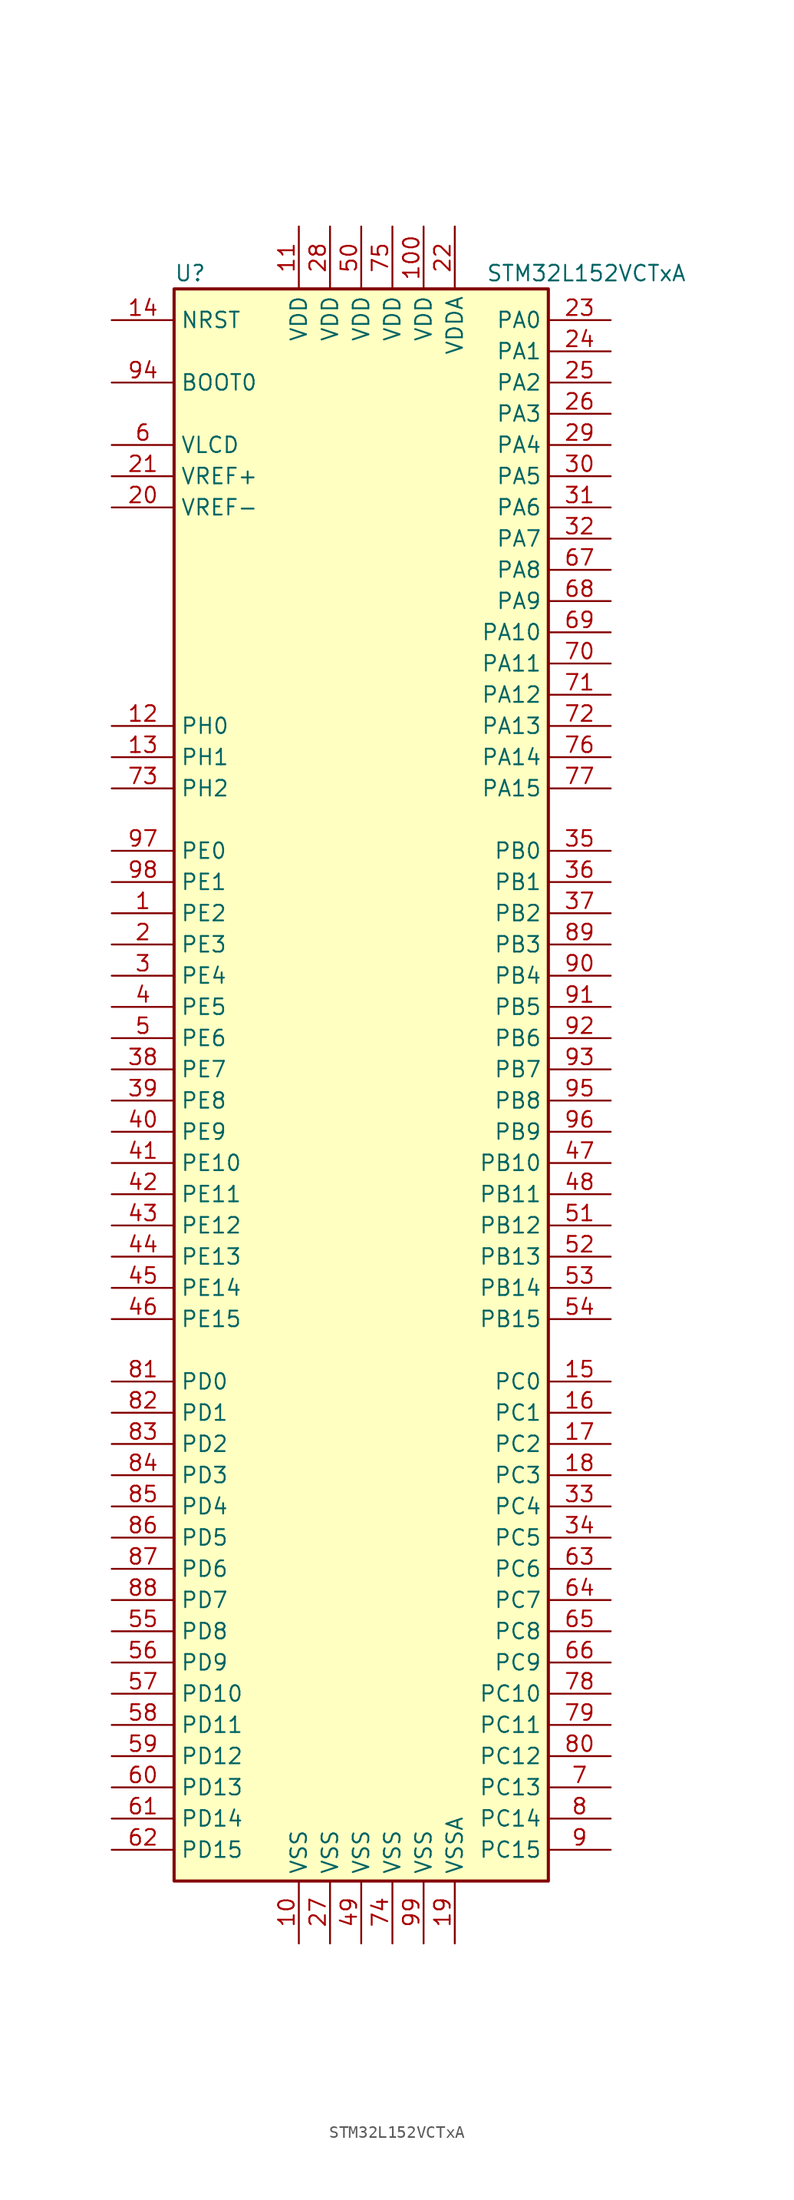
<source format=kicad_sym>
(kicad_symbol_lib
  (version 20201005)
  (generator kicad_symbol_editor)
  (symbol "STM32L152VCTxA"
    (property "Reference" "U"
      (at -15.24 64.77 0)
      (effects (font (size 1.27 1.27)) (justify left)))
    (property "Value" "STM32L152VCTxA"
      (at 10.16 64.77 0)
      (effects (font (size 1.27 1.27)) (justify left)))
    (symbol "STM32L152VCTxA_0_1"
      (rectangle (start -15.24 -66.04) (end 15.24 63.5) (stroke (width 0.254)) (fill (type background))))
    (symbol "STM32L152VCTxA_1_1"
      (pin input line (at -20.32 55.88 0) (length 5.08) (name "BOOT0" (effects (font (size 1.27 1.27)))) (number "94" (effects (font (size 1.27 1.27)))))
      (pin input line (at -20.32 60.96 0) (length 5.08) (name "NRST" (effects (font (size 1.27 1.27)))) (number "14" (effects (font (size 1.27 1.27)))))
      (pin bidirectional line (at 20.32 60.96 180) (length 5.08) (name "PA0" (effects (font (size 1.27 1.27)))) (number "23" (effects (font (size 1.27 1.27)))))
      (pin bidirectional line (at 20.32 58.42 180) (length 5.08) (name "PA1" (effects (font (size 1.27 1.27)))) (number "24" (effects (font (size 1.27 1.27)))))
      (pin bidirectional line (at 20.32 35.56 180) (length 5.08) (name "PA10" (effects (font (size 1.27 1.27)))) (number "69" (effects (font (size 1.27 1.27)))))
      (pin bidirectional line (at 20.32 33.02 180) (length 5.08) (name "PA11" (effects (font (size 1.27 1.27)))) (number "70" (effects (font (size 1.27 1.27)))))
      (pin bidirectional line (at 20.32 30.48 180) (length 5.08) (name "PA12" (effects (font (size 1.27 1.27)))) (number "71" (effects (font (size 1.27 1.27)))))
      (pin bidirectional line (at 20.32 27.94 180) (length 5.08) (name "PA13" (effects (font (size 1.27 1.27)))) (number "72" (effects (font (size 1.27 1.27)))))
      (pin bidirectional line (at 20.32 25.4 180) (length 5.08) (name "PA14" (effects (font (size 1.27 1.27)))) (number "76" (effects (font (size 1.27 1.27)))))
      (pin bidirectional line (at 20.32 22.86 180) (length 5.08) (name "PA15" (effects (font (size 1.27 1.27)))) (number "77" (effects (font (size 1.27 1.27)))))
      (pin bidirectional line (at 20.32 55.88 180) (length 5.08) (name "PA2" (effects (font (size 1.27 1.27)))) (number "25" (effects (font (size 1.27 1.27)))))
      (pin bidirectional line (at 20.32 53.34 180) (length 5.08) (name "PA3" (effects (font (size 1.27 1.27)))) (number "26" (effects (font (size 1.27 1.27)))))
      (pin bidirectional line (at 20.32 50.8 180) (length 5.08) (name "PA4" (effects (font (size 1.27 1.27)))) (number "29" (effects (font (size 1.27 1.27)))))
      (pin bidirectional line (at 20.32 48.26 180) (length 5.08) (name "PA5" (effects (font (size 1.27 1.27)))) (number "30" (effects (font (size 1.27 1.27)))))
      (pin bidirectional line (at 20.32 45.72 180) (length 5.08) (name "PA6" (effects (font (size 1.27 1.27)))) (number "31" (effects (font (size 1.27 1.27)))))
      (pin bidirectional line (at 20.32 43.18 180) (length 5.08) (name "PA7" (effects (font (size 1.27 1.27)))) (number "32" (effects (font (size 1.27 1.27)))))
      (pin bidirectional line (at 20.32 40.64 180) (length 5.08) (name "PA8" (effects (font (size 1.27 1.27)))) (number "67" (effects (font (size 1.27 1.27)))))
      (pin bidirectional line (at 20.32 38.1 180) (length 5.08) (name "PA9" (effects (font (size 1.27 1.27)))) (number "68" (effects (font (size 1.27 1.27)))))
      (pin bidirectional line (at 20.32 17.78 180) (length 5.08) (name "PB0" (effects (font (size 1.27 1.27)))) (number "35" (effects (font (size 1.27 1.27)))))
      (pin bidirectional line (at 20.32 15.24 180) (length 5.08) (name "PB1" (effects (font (size 1.27 1.27)))) (number "36" (effects (font (size 1.27 1.27)))))
      (pin bidirectional line (at 20.32 -7.62 180) (length 5.08) (name "PB10" (effects (font (size 1.27 1.27)))) (number "47" (effects (font (size 1.27 1.27)))))
      (pin bidirectional line (at 20.32 -10.16 180) (length 5.08) (name "PB11" (effects (font (size 1.27 1.27)))) (number "48" (effects (font (size 1.27 1.27)))))
      (pin bidirectional line (at 20.32 -12.7 180) (length 5.08) (name "PB12" (effects (font (size 1.27 1.27)))) (number "51" (effects (font (size 1.27 1.27)))))
      (pin bidirectional line (at 20.32 -15.24 180) (length 5.08) (name "PB13" (effects (font (size 1.27 1.27)))) (number "52" (effects (font (size 1.27 1.27)))))
      (pin bidirectional line (at 20.32 -17.78 180) (length 5.08) (name "PB14" (effects (font (size 1.27 1.27)))) (number "53" (effects (font (size 1.27 1.27)))))
      (pin bidirectional line (at 20.32 -20.32 180) (length 5.08) (name "PB15" (effects (font (size 1.27 1.27)))) (number "54" (effects (font (size 1.27 1.27)))))
      (pin bidirectional line (at 20.32 12.7 180) (length 5.08) (name "PB2" (effects (font (size 1.27 1.27)))) (number "37" (effects (font (size 1.27 1.27)))))
      (pin bidirectional line (at 20.32 10.16 180) (length 5.08) (name "PB3" (effects (font (size 1.27 1.27)))) (number "89" (effects (font (size 1.27 1.27)))))
      (pin bidirectional line (at 20.32 7.62 180) (length 5.08) (name "PB4" (effects (font (size 1.27 1.27)))) (number "90" (effects (font (size 1.27 1.27)))))
      (pin bidirectional line (at 20.32 5.08 180) (length 5.08) (name "PB5" (effects (font (size 1.27 1.27)))) (number "91" (effects (font (size 1.27 1.27)))))
      (pin bidirectional line (at 20.32 2.54 180) (length 5.08) (name "PB6" (effects (font (size 1.27 1.27)))) (number "92" (effects (font (size 1.27 1.27)))))
      (pin bidirectional line (at 20.32 0 180) (length 5.08) (name "PB7" (effects (font (size 1.27 1.27)))) (number "93" (effects (font (size 1.27 1.27)))))
      (pin bidirectional line (at 20.32 -2.54 180) (length 5.08) (name "PB8" (effects (font (size 1.27 1.27)))) (number "95" (effects (font (size 1.27 1.27)))))
      (pin bidirectional line (at 20.32 -5.08 180) (length 5.08) (name "PB9" (effects (font (size 1.27 1.27)))) (number "96" (effects (font (size 1.27 1.27)))))
      (pin bidirectional line (at 20.32 -25.4 180) (length 5.08) (name "PC0" (effects (font (size 1.27 1.27)))) (number "15" (effects (font (size 1.27 1.27)))))
      (pin bidirectional line (at 20.32 -27.94 180) (length 5.08) (name "PC1" (effects (font (size 1.27 1.27)))) (number "16" (effects (font (size 1.27 1.27)))))
      (pin bidirectional line (at 20.32 -50.8 180) (length 5.08) (name "PC10" (effects (font (size 1.27 1.27)))) (number "78" (effects (font (size 1.27 1.27)))))
      (pin bidirectional line (at 20.32 -53.34 180) (length 5.08) (name "PC11" (effects (font (size 1.27 1.27)))) (number "79" (effects (font (size 1.27 1.27)))))
      (pin bidirectional line (at 20.32 -55.88 180) (length 5.08) (name "PC12" (effects (font (size 1.27 1.27)))) (number "80" (effects (font (size 1.27 1.27)))))
      (pin bidirectional line (at 20.32 -58.42 180) (length 5.08) (name "PC13" (effects (font (size 1.27 1.27)))) (number "7" (effects (font (size 1.27 1.27)))))
      (pin bidirectional line (at 20.32 -60.96 180) (length 5.08) (name "PC14" (effects (font (size 1.27 1.27)))) (number "8" (effects (font (size 1.27 1.27)))))
      (pin bidirectional line (at 20.32 -63.5 180) (length 5.08) (name "PC15" (effects (font (size 1.27 1.27)))) (number "9" (effects (font (size 1.27 1.27)))))
      (pin bidirectional line (at 20.32 -30.48 180) (length 5.08) (name "PC2" (effects (font (size 1.27 1.27)))) (number "17" (effects (font (size 1.27 1.27)))))
      (pin bidirectional line (at 20.32 -33.02 180) (length 5.08) (name "PC3" (effects (font (size 1.27 1.27)))) (number "18" (effects (font (size 1.27 1.27)))))
      (pin bidirectional line (at 20.32 -35.56 180) (length 5.08) (name "PC4" (effects (font (size 1.27 1.27)))) (number "33" (effects (font (size 1.27 1.27)))))
      (pin bidirectional line (at 20.32 -38.1 180) (length 5.08) (name "PC5" (effects (font (size 1.27 1.27)))) (number "34" (effects (font (size 1.27 1.27)))))
      (pin bidirectional line (at 20.32 -40.64 180) (length 5.08) (name "PC6" (effects (font (size 1.27 1.27)))) (number "63" (effects (font (size 1.27 1.27)))))
      (pin bidirectional line (at 20.32 -43.18 180) (length 5.08) (name "PC7" (effects (font (size 1.27 1.27)))) (number "64" (effects (font (size 1.27 1.27)))))
      (pin bidirectional line (at 20.32 -45.72 180) (length 5.08) (name "PC8" (effects (font (size 1.27 1.27)))) (number "65" (effects (font (size 1.27 1.27)))))
      (pin bidirectional line (at 20.32 -48.26 180) (length 5.08) (name "PC9" (effects (font (size 1.27 1.27)))) (number "66" (effects (font (size 1.27 1.27)))))
      (pin bidirectional line (at -20.32 -25.4 0) (length 5.08) (name "PD0" (effects (font (size 1.27 1.27)))) (number "81" (effects (font (size 1.27 1.27)))))
      (pin bidirectional line (at -20.32 -27.94 0) (length 5.08) (name "PD1" (effects (font (size 1.27 1.27)))) (number "82" (effects (font (size 1.27 1.27)))))
      (pin bidirectional line (at -20.32 -50.8 0) (length 5.08) (name "PD10" (effects (font (size 1.27 1.27)))) (number "57" (effects (font (size 1.27 1.27)))))
      (pin bidirectional line (at -20.32 -53.34 0) (length 5.08) (name "PD11" (effects (font (size 1.27 1.27)))) (number "58" (effects (font (size 1.27 1.27)))))
      (pin bidirectional line (at -20.32 -55.88 0) (length 5.08) (name "PD12" (effects (font (size 1.27 1.27)))) (number "59" (effects (font (size 1.27 1.27)))))
      (pin bidirectional line (at -20.32 -58.42 0) (length 5.08) (name "PD13" (effects (font (size 1.27 1.27)))) (number "60" (effects (font (size 1.27 1.27)))))
      (pin bidirectional line (at -20.32 -60.96 0) (length 5.08) (name "PD14" (effects (font (size 1.27 1.27)))) (number "61" (effects (font (size 1.27 1.27)))))
      (pin bidirectional line (at -20.32 -63.5 0) (length 5.08) (name "PD15" (effects (font (size 1.27 1.27)))) (number "62" (effects (font (size 1.27 1.27)))))
      (pin bidirectional line (at -20.32 -30.48 0) (length 5.08) (name "PD2" (effects (font (size 1.27 1.27)))) (number "83" (effects (font (size 1.27 1.27)))))
      (pin bidirectional line (at -20.32 -33.02 0) (length 5.08) (name "PD3" (effects (font (size 1.27 1.27)))) (number "84" (effects (font (size 1.27 1.27)))))
      (pin bidirectional line (at -20.32 -35.56 0) (length 5.08) (name "PD4" (effects (font (size 1.27 1.27)))) (number "85" (effects (font (size 1.27 1.27)))))
      (pin bidirectional line (at -20.32 -38.1 0) (length 5.08) (name "PD5" (effects (font (size 1.27 1.27)))) (number "86" (effects (font (size 1.27 1.27)))))
      (pin bidirectional line (at -20.32 -40.64 0) (length 5.08) (name "PD6" (effects (font (size 1.27 1.27)))) (number "87" (effects (font (size 1.27 1.27)))))
      (pin bidirectional line (at -20.32 -43.18 0) (length 5.08) (name "PD7" (effects (font (size 1.27 1.27)))) (number "88" (effects (font (size 1.27 1.27)))))
      (pin bidirectional line (at -20.32 -45.72 0) (length 5.08) (name "PD8" (effects (font (size 1.27 1.27)))) (number "55" (effects (font (size 1.27 1.27)))))
      (pin bidirectional line (at -20.32 -48.26 0) (length 5.08) (name "PD9" (effects (font (size 1.27 1.27)))) (number "56" (effects (font (size 1.27 1.27)))))
      (pin bidirectional line (at -20.32 17.78 0) (length 5.08) (name "PE0" (effects (font (size 1.27 1.27)))) (number "97" (effects (font (size 1.27 1.27)))))
      (pin bidirectional line (at -20.32 15.24 0) (length 5.08) (name "PE1" (effects (font (size 1.27 1.27)))) (number "98" (effects (font (size 1.27 1.27)))))
      (pin bidirectional line (at -20.32 -7.62 0) (length 5.08) (name "PE10" (effects (font (size 1.27 1.27)))) (number "41" (effects (font (size 1.27 1.27)))))
      (pin bidirectional line (at -20.32 -10.16 0) (length 5.08) (name "PE11" (effects (font (size 1.27 1.27)))) (number "42" (effects (font (size 1.27 1.27)))))
      (pin bidirectional line (at -20.32 -12.7 0) (length 5.08) (name "PE12" (effects (font (size 1.27 1.27)))) (number "43" (effects (font (size 1.27 1.27)))))
      (pin bidirectional line (at -20.32 -15.24 0) (length 5.08) (name "PE13" (effects (font (size 1.27 1.27)))) (number "44" (effects (font (size 1.27 1.27)))))
      (pin bidirectional line (at -20.32 -17.78 0) (length 5.08) (name "PE14" (effects (font (size 1.27 1.27)))) (number "45" (effects (font (size 1.27 1.27)))))
      (pin bidirectional line (at -20.32 -20.32 0) (length 5.08) (name "PE15" (effects (font (size 1.27 1.27)))) (number "46" (effects (font (size 1.27 1.27)))))
      (pin bidirectional line (at -20.32 12.7 0) (length 5.08) (name "PE2" (effects (font (size 1.27 1.27)))) (number "1" (effects (font (size 1.27 1.27)))))
      (pin bidirectional line (at -20.32 10.16 0) (length 5.08) (name "PE3" (effects (font (size 1.27 1.27)))) (number "2" (effects (font (size 1.27 1.27)))))
      (pin bidirectional line (at -20.32 7.62 0) (length 5.08) (name "PE4" (effects (font (size 1.27 1.27)))) (number "3" (effects (font (size 1.27 1.27)))))
      (pin bidirectional line (at -20.32 5.08 0) (length 5.08) (name "PE5" (effects (font (size 1.27 1.27)))) (number "4" (effects (font (size 1.27 1.27)))))
      (pin bidirectional line (at -20.32 2.54 0) (length 5.08) (name "PE6" (effects (font (size 1.27 1.27)))) (number "5" (effects (font (size 1.27 1.27)))))
      (pin bidirectional line (at -20.32 0 0) (length 5.08) (name "PE7" (effects (font (size 1.27 1.27)))) (number "38" (effects (font (size 1.27 1.27)))))
      (pin bidirectional line (at -20.32 -2.54 0) (length 5.08) (name "PE8" (effects (font (size 1.27 1.27)))) (number "39" (effects (font (size 1.27 1.27)))))
      (pin bidirectional line (at -20.32 -5.08 0) (length 5.08) (name "PE9" (effects (font (size 1.27 1.27)))) (number "40" (effects (font (size 1.27 1.27)))))
      (pin input line (at -20.32 27.94 0) (length 5.08) (name "PH0" (effects (font (size 1.27 1.27)))) (number "12" (effects (font (size 1.27 1.27)))))
      (pin input line (at -20.32 25.4 0) (length 5.08) (name "PH1" (effects (font (size 1.27 1.27)))) (number "13" (effects (font (size 1.27 1.27)))))
      (pin bidirectional line (at -20.32 22.86 0) (length 5.08) (name "PH2" (effects (font (size 1.27 1.27)))) (number "73" (effects (font (size 1.27 1.27)))))
      (pin power_in line (at 5.08 68.58 270) (length 5.08) (name "VDD" (effects (font (size 1.27 1.27)))) (number "100" (effects (font (size 1.27 1.27)))))
      (pin power_in line (at -5.08 68.58 270) (length 5.08) (name "VDD" (effects (font (size 1.27 1.27)))) (number "11" (effects (font (size 1.27 1.27)))))
      (pin power_in line (at -2.54 68.58 270) (length 5.08) (name "VDD" (effects (font (size 1.27 1.27)))) (number "28" (effects (font (size 1.27 1.27)))))
      (pin power_in line (at 0 68.58 270) (length 5.08) (name "VDD" (effects (font (size 1.27 1.27)))) (number "50" (effects (font (size 1.27 1.27)))))
      (pin power_in line (at 2.54 68.58 270) (length 5.08) (name "VDD" (effects (font (size 1.27 1.27)))) (number "75" (effects (font (size 1.27 1.27)))))
      (pin power_in line (at 7.62 68.58 270) (length 5.08) (name "VDDA" (effects (font (size 1.27 1.27)))) (number "22" (effects (font (size 1.27 1.27)))))
      (pin power_in line (at -20.32 50.8 0) (length 5.08) (name "VLCD" (effects (font (size 1.27 1.27)))) (number "6" (effects (font (size 1.27 1.27)))))
      (pin power_in line (at -20.32 48.26 0) (length 5.08) (name "VREF+" (effects (font (size 1.27 1.27)))) (number "21" (effects (font (size 1.27 1.27)))))
      (pin power_in line (at -20.32 45.72 0) (length 5.08) (name "VREF-" (effects (font (size 1.27 1.27)))) (number "20" (effects (font (size 1.27 1.27)))))
      (pin power_in line (at -5.08 -71.12 90) (length 5.08) (name "VSS" (effects (font (size 1.27 1.27)))) (number "10" (effects (font (size 1.27 1.27)))))
      (pin power_in line (at -2.54 -71.12 90) (length 5.08) (name "VSS" (effects (font (size 1.27 1.27)))) (number "27" (effects (font (size 1.27 1.27)))))
      (pin power_in line (at 0 -71.12 90) (length 5.08) (name "VSS" (effects (font (size 1.27 1.27)))) (number "49" (effects (font (size 1.27 1.27)))))
      (pin power_in line (at 2.54 -71.12 90) (length 5.08) (name "VSS" (effects (font (size 1.27 1.27)))) (number "74" (effects (font (size 1.27 1.27)))))
      (pin power_in line (at 5.08 -71.12 90) (length 5.08) (name "VSS" (effects (font (size 1.27 1.27)))) (number "99" (effects (font (size 1.27 1.27)))))
      (pin power_in line (at 7.62 -71.12 90) (length 5.08) (name "VSSA" (effects (font (size 1.27 1.27)))) (number "19" (effects (font (size 1.27 1.27))))))))
</source>
